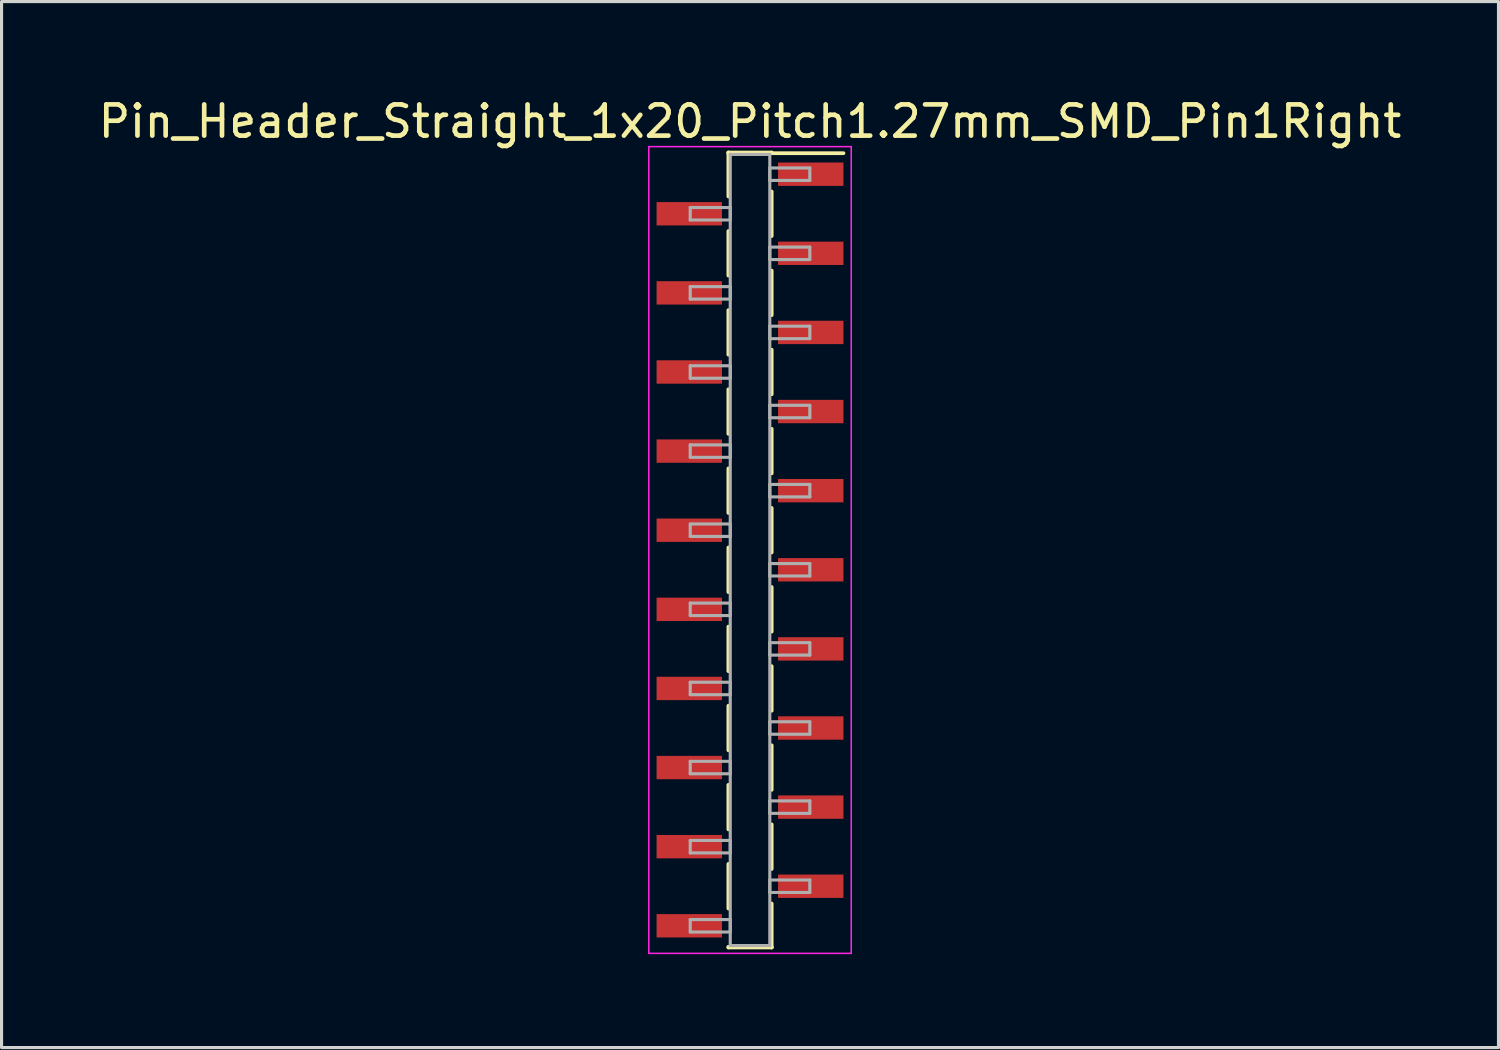
<source format=kicad_pcb>
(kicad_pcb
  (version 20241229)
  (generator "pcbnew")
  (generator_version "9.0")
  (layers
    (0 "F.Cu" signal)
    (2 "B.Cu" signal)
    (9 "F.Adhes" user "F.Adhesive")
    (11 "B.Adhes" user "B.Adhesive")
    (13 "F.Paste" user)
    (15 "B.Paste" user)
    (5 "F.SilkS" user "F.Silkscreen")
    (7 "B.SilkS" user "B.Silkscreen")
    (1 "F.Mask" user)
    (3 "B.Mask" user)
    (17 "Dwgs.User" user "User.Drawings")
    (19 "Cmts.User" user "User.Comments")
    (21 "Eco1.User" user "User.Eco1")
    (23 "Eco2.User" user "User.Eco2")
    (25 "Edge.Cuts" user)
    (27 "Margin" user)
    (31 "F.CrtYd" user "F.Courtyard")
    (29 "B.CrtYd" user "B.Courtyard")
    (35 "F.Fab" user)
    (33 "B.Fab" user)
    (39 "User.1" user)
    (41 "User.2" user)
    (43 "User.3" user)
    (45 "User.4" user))
  (footprint "Pin_Header_Straight_1x20_Pitch1.27mm_SMD_Pin1Right"
    (layer "F.Cu")
    (at 21.03 14.608)
    (property "Reference" "Pin_Header_Straight_1x20_Pitch1.27mm_SMD_Pin1Right" (at 0 -13.76 0) (layer "F.SilkS") (effects (font (size 1 1) (thickness 0.15))))
    (attr smd)
    (fp_line (start -0.695 -12.76) (end -0.695 -11.35) (stroke (width 0.12) (type solid)) (layer "F.SilkS"))
    (fp_line (start -0.695 -12.76) (end 0.695 -12.76) (stroke (width 0.12) (type solid)) (layer "F.SilkS"))
    (fp_line (start -0.695 -12.74) (end -0.695 -12.76) (stroke (width 0.12) (type solid)) (layer "F.SilkS"))
    (fp_line (start -0.695 -10.24) (end -0.695 -8.81) (stroke (width 0.12) (type solid)) (layer "F.SilkS"))
    (fp_line (start -0.695 -7.7) (end -0.695 -6.27) (stroke (width 0.12) (type solid)) (layer "F.SilkS"))
    (fp_line (start -0.695 -5.16) (end -0.695 -3.73) (stroke (width 0.12) (type solid)) (layer "F.SilkS"))
    (fp_line (start -0.695 -2.62) (end -0.695 -1.19) (stroke (width 0.12) (type solid)) (layer "F.SilkS"))
    (fp_line (start -0.695 -0.08) (end -0.695 1.35) (stroke (width 0.12) (type solid)) (layer "F.SilkS"))
    (fp_line (start -0.695 2.46) (end -0.695 3.89) (stroke (width 0.12) (type solid)) (layer "F.SilkS"))
    (fp_line (start -0.695 5) (end -0.695 6.43) (stroke (width 0.12) (type solid)) (layer "F.SilkS"))
    (fp_line (start -0.695 7.54) (end -0.695 8.97) (stroke (width 0.12) (type solid)) (layer "F.SilkS"))
    (fp_line (start -0.695 10.08) (end -0.695 11.51) (stroke (width 0.12) (type solid)) (layer "F.SilkS"))
    (fp_line (start -0.695 12.74) (end -0.695 12.76) (stroke (width 0.12) (type solid)) (layer "F.SilkS"))
    (fp_line (start -0.695 12.76) (end 0.695 12.76) (stroke (width 0.12) (type solid)) (layer "F.SilkS"))
    (fp_line (start 0.695 -12.76) (end 0.695 -12.74) (stroke (width 0.12) (type solid)) (layer "F.SilkS"))
    (fp_line (start 0.695 -12.74) (end 3 -12.74) (stroke (width 0.12) (type solid)) (layer "F.SilkS"))
    (fp_line (start 0.695 -11.51) (end 0.695 -10.08) (stroke (width 0.12) (type solid)) (layer "F.SilkS"))
    (fp_line (start 0.695 -8.97) (end 0.695 -7.54) (stroke (width 0.12) (type solid)) (layer "F.SilkS"))
    (fp_line (start 0.695 -6.43) (end 0.695 -5) (stroke (width 0.12) (type solid)) (layer "F.SilkS"))
    (fp_line (start 0.695 -3.89) (end 0.695 -2.46) (stroke (width 0.12) (type solid)) (layer "F.SilkS"))
    (fp_line (start 0.695 -1.35) (end 0.695 0.08) (stroke (width 0.12) (type solid)) (layer "F.SilkS"))
    (fp_line (start 0.695 1.19) (end 0.695 2.62) (stroke (width 0.12) (type solid)) (layer "F.SilkS"))
    (fp_line (start 0.695 3.73) (end 0.695 5.16) (stroke (width 0.12) (type solid)) (layer "F.SilkS"))
    (fp_line (start 0.695 6.27) (end 0.695 7.7) (stroke (width 0.12) (type solid)) (layer "F.SilkS"))
    (fp_line (start 0.695 8.81) (end 0.695 10.24) (stroke (width 0.12) (type solid)) (layer "F.SilkS"))
    (fp_line (start 0.695 11.35) (end 0.695 12.76) (stroke (width 0.12) (type solid)) (layer "F.SilkS"))
    (fp_line (start 0.695 12.76) (end 0.695 12.74) (stroke (width 0.12) (type solid)) (layer "F.SilkS"))
    (fp_line (start -3.25 -12.95) (end -3.25 12.95) (stroke (width 0.05) (type solid)) (layer "F.CrtYd"))
    (fp_line (start -3.25 12.95) (end 3.25 12.95) (stroke (width 0.05) (type solid)) (layer "F.CrtYd"))
    (fp_line (start 3.25 -12.95) (end -3.25 -12.95) (stroke (width 0.05) (type solid)) (layer "F.CrtYd"))
    (fp_line (start 3.25 12.95) (end 3.25 -12.95) (stroke (width 0.05) (type solid)) (layer "F.CrtYd"))
    (fp_line (start -1.92 -10.995) (end -0.635 -10.995) (stroke (width 0.1) (type solid)) (layer "F.Fab"))
    (fp_line (start -1.92 -10.595) (end -1.92 -10.995) (stroke (width 0.1) (type solid)) (layer "F.Fab"))
    (fp_line (start -1.92 -8.455) (end -0.635 -8.455) (stroke (width 0.1) (type solid)) (layer "F.Fab"))
    (fp_line (start -1.92 -8.055) (end -1.92 -8.455) (stroke (width 0.1) (type solid)) (layer "F.Fab"))
    (fp_line (start -1.92 -5.915) (end -0.635 -5.915) (stroke (width 0.1) (type solid)) (layer "F.Fab"))
    (fp_line (start -1.92 -5.515) (end -1.92 -5.915) (stroke (width 0.1) (type solid)) (layer "F.Fab"))
    (fp_line (start -1.92 -3.375) (end -0.635 -3.375) (stroke (width 0.1) (type solid)) (layer "F.Fab"))
    (fp_line (start -1.92 -2.975) (end -1.92 -3.375) (stroke (width 0.1) (type solid)) (layer "F.Fab"))
    (fp_line (start -1.92 -0.835) (end -0.635 -0.835) (stroke (width 0.1) (type solid)) (layer "F.Fab"))
    (fp_line (start -1.92 -0.435) (end -1.92 -0.835) (stroke (width 0.1) (type solid)) (layer "F.Fab"))
    (fp_line (start -1.92 1.705) (end -0.635 1.705) (stroke (width 0.1) (type solid)) (layer "F.Fab"))
    (fp_line (start -1.92 2.105) (end -1.92 1.705) (stroke (width 0.1) (type solid)) (layer "F.Fab"))
    (fp_line (start -1.92 4.245) (end -0.635 4.245) (stroke (width 0.1) (type solid)) (layer "F.Fab"))
    (fp_line (start -1.92 4.645) (end -1.92 4.245) (stroke (width 0.1) (type solid)) (layer "F.Fab"))
    (fp_line (start -1.92 6.785) (end -0.635 6.785) (stroke (width 0.1) (type solid)) (layer "F.Fab"))
    (fp_line (start -1.92 7.185) (end -1.92 6.785) (stroke (width 0.1) (type solid)) (layer "F.Fab"))
    (fp_line (start -1.92 9.325) (end -0.635 9.325) (stroke (width 0.1) (type solid)) (layer "F.Fab"))
    (fp_line (start -1.92 9.725) (end -1.92 9.325) (stroke (width 0.1) (type solid)) (layer "F.Fab"))
    (fp_line (start -1.92 11.865) (end -0.635 11.865) (stroke (width 0.1) (type solid)) (layer "F.Fab"))
    (fp_line (start -1.92 12.265) (end -1.92 11.865) (stroke (width 0.1) (type solid)) (layer "F.Fab"))
    (fp_line (start -0.635 -12.7) (end -0.635 12.7) (stroke (width 0.1) (type solid)) (layer "F.Fab"))
    (fp_line (start -0.635 -10.995) (end -0.635 -10.595) (stroke (width 0.1) (type solid)) (layer "F.Fab"))
    (fp_line (start -0.635 -10.595) (end -1.92 -10.595) (stroke (width 0.1) (type solid)) (layer "F.Fab"))
    (fp_line (start -0.635 -8.455) (end -0.635 -8.055) (stroke (width 0.1) (type solid)) (layer "F.Fab"))
    (fp_line (start -0.635 -8.055) (end -1.92 -8.055) (stroke (width 0.1) (type solid)) (layer "F.Fab"))
    (fp_line (start -0.635 -5.915) (end -0.635 -5.515) (stroke (width 0.1) (type solid)) (layer "F.Fab"))
    (fp_line (start -0.635 -5.515) (end -1.92 -5.515) (stroke (width 0.1) (type solid)) (layer "F.Fab"))
    (fp_line (start -0.635 -3.375) (end -0.635 -2.975) (stroke (width 0.1) (type solid)) (layer "F.Fab"))
    (fp_line (start -0.635 -2.975) (end -1.92 -2.975) (stroke (width 0.1) (type solid)) (layer "F.Fab"))
    (fp_line (start -0.635 -0.835) (end -0.635 -0.435) (stroke (width 0.1) (type solid)) (layer "F.Fab"))
    (fp_line (start -0.635 -0.435) (end -1.92 -0.435) (stroke (width 0.1) (type solid)) (layer "F.Fab"))
    (fp_line (start -0.635 1.705) (end -0.635 2.105) (stroke (width 0.1) (type solid)) (layer "F.Fab"))
    (fp_line (start -0.635 2.105) (end -1.92 2.105) (stroke (width 0.1) (type solid)) (layer "F.Fab"))
    (fp_line (start -0.635 4.245) (end -0.635 4.645) (stroke (width 0.1) (type solid)) (layer "F.Fab"))
    (fp_line (start -0.635 4.645) (end -1.92 4.645) (stroke (width 0.1) (type solid)) (layer "F.Fab"))
    (fp_line (start -0.635 6.785) (end -0.635 7.185) (stroke (width 0.1) (type solid)) (layer "F.Fab"))
    (fp_line (start -0.635 7.185) (end -1.92 7.185) (stroke (width 0.1) (type solid)) (layer "F.Fab"))
    (fp_line (start -0.635 9.325) (end -0.635 9.725) (stroke (width 0.1) (type solid)) (layer "F.Fab"))
    (fp_line (start -0.635 9.725) (end -1.92 9.725) (stroke (width 0.1) (type solid)) (layer "F.Fab"))
    (fp_line (start -0.635 11.865) (end -0.635 12.265) (stroke (width 0.1) (type solid)) (layer "F.Fab"))
    (fp_line (start -0.635 12.265) (end -1.92 12.265) (stroke (width 0.1) (type solid)) (layer "F.Fab"))
    (fp_line (start -0.635 12.7) (end 0.635 12.7) (stroke (width 0.1) (type solid)) (layer "F.Fab"))
    (fp_line (start 0.635 -12.7) (end -0.635 -12.7) (stroke (width 0.1) (type solid)) (layer "F.Fab"))
    (fp_line (start 0.635 -12.265) (end 0.635 -11.865) (stroke (width 0.1) (type solid)) (layer "F.Fab"))
    (fp_line (start 0.635 -11.865) (end 1.92 -11.865) (stroke (width 0.1) (type solid)) (layer "F.Fab"))
    (fp_line (start 0.635 -9.725) (end 0.635 -9.325) (stroke (width 0.1) (type solid)) (layer "F.Fab"))
    (fp_line (start 0.635 -9.325) (end 1.92 -9.325) (stroke (width 0.1) (type solid)) (layer "F.Fab"))
    (fp_line (start 0.635 -7.185) (end 0.635 -6.785) (stroke (width 0.1) (type solid)) (layer "F.Fab"))
    (fp_line (start 0.635 -6.785) (end 1.92 -6.785) (stroke (width 0.1) (type solid)) (layer "F.Fab"))
    (fp_line (start 0.635 -4.645) (end 0.635 -4.245) (stroke (width 0.1) (type solid)) (layer "F.Fab"))
    (fp_line (start 0.635 -4.245) (end 1.92 -4.245) (stroke (width 0.1) (type solid)) (layer "F.Fab"))
    (fp_line (start 0.635 -2.105) (end 0.635 -1.705) (stroke (width 0.1) (type solid)) (layer "F.Fab"))
    (fp_line (start 0.635 -1.705) (end 1.92 -1.705) (stroke (width 0.1) (type solid)) (layer "F.Fab"))
    (fp_line (start 0.635 0.435) (end 0.635 0.835) (stroke (width 0.1) (type solid)) (layer "F.Fab"))
    (fp_line (start 0.635 0.835) (end 1.92 0.835) (stroke (width 0.1) (type solid)) (layer "F.Fab"))
    (fp_line (start 0.635 2.975) (end 0.635 3.375) (stroke (width 0.1) (type solid)) (layer "F.Fab"))
    (fp_line (start 0.635 3.375) (end 1.92 3.375) (stroke (width 0.1) (type solid)) (layer "F.Fab"))
    (fp_line (start 0.635 5.515) (end 0.635 5.915) (stroke (width 0.1) (type solid)) (layer "F.Fab"))
    (fp_line (start 0.635 5.915) (end 1.92 5.915) (stroke (width 0.1) (type solid)) (layer "F.Fab"))
    (fp_line (start 0.635 8.055) (end 0.635 8.455) (stroke (width 0.1) (type solid)) (layer "F.Fab"))
    (fp_line (start 0.635 8.455) (end 1.92 8.455) (stroke (width 0.1) (type solid)) (layer "F.Fab"))
    (fp_line (start 0.635 10.595) (end 0.635 10.995) (stroke (width 0.1) (type solid)) (layer "F.Fab"))
    (fp_line (start 0.635 10.995) (end 1.92 10.995) (stroke (width 0.1) (type solid)) (layer "F.Fab"))
    (fp_line (start 0.635 12.7) (end 0.635 -12.7) (stroke (width 0.1) (type solid)) (layer "F.Fab"))
    (fp_line (start 1.92 -12.265) (end 0.635 -12.265) (stroke (width 0.1) (type solid)) (layer "F.Fab"))
    (fp_line (start 1.92 -11.865) (end 1.92 -12.265) (stroke (width 0.1) (type solid)) (layer "F.Fab"))
    (fp_line (start 1.92 -9.725) (end 0.635 -9.725) (stroke (width 0.1) (type solid)) (layer "F.Fab"))
    (fp_line (start 1.92 -9.325) (end 1.92 -9.725) (stroke (width 0.1) (type solid)) (layer "F.Fab"))
    (fp_line (start 1.92 -7.185) (end 0.635 -7.185) (stroke (width 0.1) (type solid)) (layer "F.Fab"))
    (fp_line (start 1.92 -6.785) (end 1.92 -7.185) (stroke (width 0.1) (type solid)) (layer "F.Fab"))
    (fp_line (start 1.92 -4.645) (end 0.635 -4.645) (stroke (width 0.1) (type solid)) (layer "F.Fab"))
    (fp_line (start 1.92 -4.245) (end 1.92 -4.645) (stroke (width 0.1) (type solid)) (layer "F.Fab"))
    (fp_line (start 1.92 -2.105) (end 0.635 -2.105) (stroke (width 0.1) (type solid)) (layer "F.Fab"))
    (fp_line (start 1.92 -1.705) (end 1.92 -2.105) (stroke (width 0.1) (type solid)) (layer "F.Fab"))
    (fp_line (start 1.92 0.435) (end 0.635 0.435) (stroke (width 0.1) (type solid)) (layer "F.Fab"))
    (fp_line (start 1.92 0.835) (end 1.92 0.435) (stroke (width 0.1) (type solid)) (layer "F.Fab"))
    (fp_line (start 1.92 2.975) (end 0.635 2.975) (stroke (width 0.1) (type solid)) (layer "F.Fab"))
    (fp_line (start 1.92 3.375) (end 1.92 2.975) (stroke (width 0.1) (type solid)) (layer "F.Fab"))
    (fp_line (start 1.92 5.515) (end 0.635 5.515) (stroke (width 0.1) (type solid)) (layer "F.Fab"))
    (fp_line (start 1.92 5.915) (end 1.92 5.515) (stroke (width 0.1) (type solid)) (layer "F.Fab"))
    (fp_line (start 1.92 8.055) (end 0.635 8.055) (stroke (width 0.1) (type solid)) (layer "F.Fab"))
    (fp_line (start 1.92 8.455) (end 1.92 8.055) (stroke (width 0.1) (type solid)) (layer "F.Fab"))
    (fp_line (start 1.92 10.595) (end 0.635 10.595) (stroke (width 0.1) (type solid)) (layer "F.Fab"))
    (fp_line (start 1.92 10.995) (end 1.92 10.595) (stroke (width 0.1) (type solid)) (layer "F.Fab"))
    (pad "1" smd rect (at 1.95 -12.065) (size 2.1 0.75) (layers "F.Cu" "F.Mask"))
    (pad "2" smd rect (at -1.95 -10.795) (size 2.1 0.75) (layers "F.Cu" "F.Mask"))
    (pad "3" smd rect (at 1.95 -9.525) (size 2.1 0.75) (layers "F.Cu" "F.Mask"))
    (pad "4" smd rect (at -1.95 -8.255) (size 2.1 0.75) (layers "F.Cu" "F.Mask"))
    (pad "5" smd rect (at 1.95 -6.985) (size 2.1 0.75) (layers "F.Cu" "F.Mask"))
    (pad "6" smd rect (at -1.95 -5.715) (size 2.1 0.75) (layers "F.Cu" "F.Mask"))
    (pad "7" smd rect (at 1.95 -4.445) (size 2.1 0.75) (layers "F.Cu" "F.Mask"))
    (pad "8" smd rect (at -1.95 -3.175) (size 2.1 0.75) (layers "F.Cu" "F.Mask"))
    (pad "9" smd rect (at 1.95 -1.905) (size 2.1 0.75) (layers "F.Cu" "F.Mask"))
    (pad "10" smd rect (at -1.95 -0.635) (size 2.1 0.75) (layers "F.Cu" "F.Mask"))
    (pad "11" smd rect (at 1.95 0.635) (size 2.1 0.75) (layers "F.Cu" "F.Mask"))
    (pad "12" smd rect (at -1.95 1.905) (size 2.1 0.75) (layers "F.Cu" "F.Mask"))
    (pad "13" smd rect (at 1.95 3.175) (size 2.1 0.75) (layers "F.Cu" "F.Mask"))
    (pad "14" smd rect (at -1.95 4.445) (size 2.1 0.75) (layers "F.Cu" "F.Mask"))
    (pad "15" smd rect (at 1.95 5.715) (size 2.1 0.75) (layers "F.Cu" "F.Mask"))
    (pad "16" smd rect (at -1.95 6.985) (size 2.1 0.75) (layers "F.Cu" "F.Mask"))
    (pad "17" smd rect (at 1.95 8.255) (size 2.1 0.75) (layers "F.Cu" "F.Mask"))
    (pad "18" smd rect (at -1.95 9.525) (size 2.1 0.75) (layers "F.Cu" "F.Mask"))
    (pad "19" smd rect (at 1.95 10.795) (size 2.1 0.75) (layers "F.Cu" "F.Mask"))
    (pad "20" smd rect (at -1.95 12.065) (size 2.1 0.75) (layers "F.Cu" "F.Mask")))
  (gr_rect
    (start -3 -3)
    (end 45.06 30.583)
    (stroke (width 0.1) (type default))
    (fill no)
    (layer "Edge.Cuts")))
</source>
